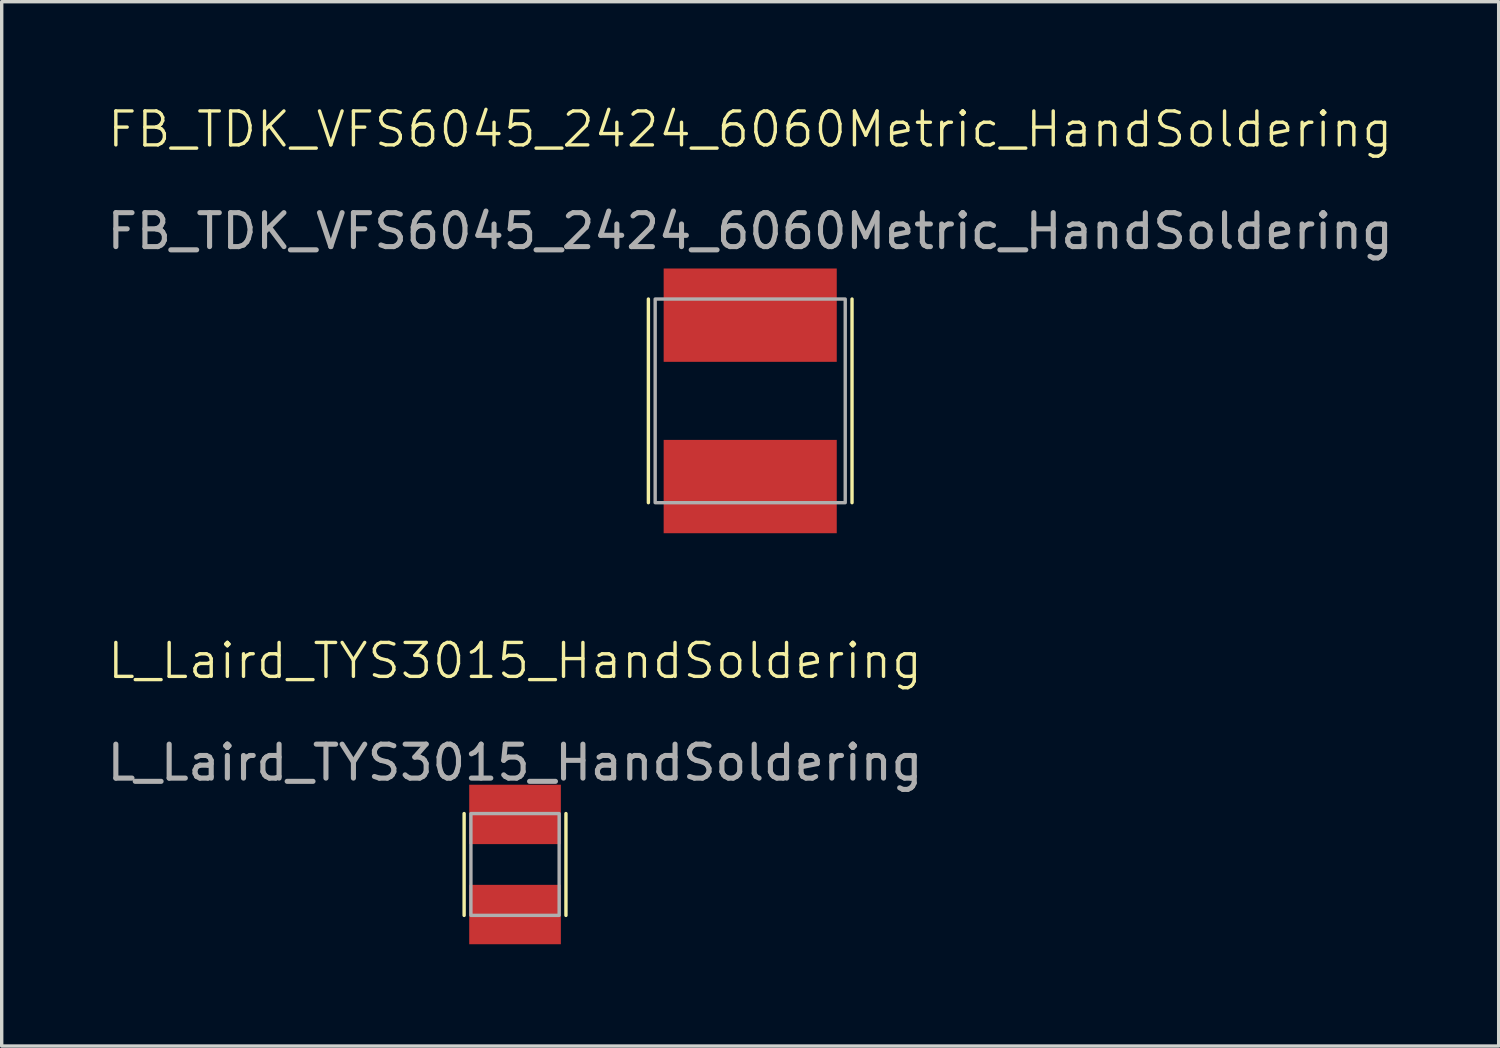
<source format=kicad_pcb>
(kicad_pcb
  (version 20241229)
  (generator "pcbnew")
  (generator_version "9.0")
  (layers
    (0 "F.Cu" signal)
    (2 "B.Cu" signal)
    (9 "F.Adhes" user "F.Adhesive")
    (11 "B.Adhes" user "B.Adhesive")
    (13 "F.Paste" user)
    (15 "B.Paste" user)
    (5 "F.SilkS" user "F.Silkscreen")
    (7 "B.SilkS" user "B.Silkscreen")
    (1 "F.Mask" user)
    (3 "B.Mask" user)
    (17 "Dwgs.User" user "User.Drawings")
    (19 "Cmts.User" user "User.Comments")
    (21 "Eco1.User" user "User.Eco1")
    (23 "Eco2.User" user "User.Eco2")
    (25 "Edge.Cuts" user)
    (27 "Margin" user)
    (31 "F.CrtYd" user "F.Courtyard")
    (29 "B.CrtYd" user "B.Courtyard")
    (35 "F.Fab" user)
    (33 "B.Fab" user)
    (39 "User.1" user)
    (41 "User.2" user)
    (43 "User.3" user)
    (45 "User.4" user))
  (footprint "L_Laird_TYS3015_HandSoldering"
    (layer "F.Cu")
    (at 12.125 22.421)
    (property "Reference" "L_Laird_TYS3015_HandSoldering" (at 0 -6 0) (unlocked yes) (layer "F.SilkS") (effects (font (size 1 1) (thickness 0.1))))
    (attr smd)
    (fp_line (start -1.5 -1.5) (end -1.5 1.5) (stroke (width 0.1) (type default)) (layer "F.SilkS"))
    (fp_line (start 1.5 -1.5) (end 1.5 1.5) (stroke (width 0.1) (type default)) (layer "F.SilkS"))
    (fp_rect (start -1.3 -1.5) (end 1.3 1.5) (stroke (width 0.1) (type default)) (fill no) (layer "F.Fab"))
    (fp_text user "${REFERENCE}" (at 0 -3 0) (unlocked yes) (layer "F.Fab") (effects (font (size 1 1) (thickness 0.15))))
    (pad "1" smd rect (at 0 -1.475) (size 2.7 1.75) (layers "F.Cu" "F.Mask" "F.Paste"))
    (pad "2" smd rect (at 0 1.475) (size 2.7 1.75) (layers "F.Cu" "F.Mask" "F.Paste")))
  (footprint "FB_TDK_VFS6045_2424_6060Metric_HandSoldering"
    (layer "F.Cu")
    (at 19.054 8.761)
    (property "Reference" "FB_TDK_VFS6045_2424_6060Metric_HandSoldering" (at 0 -8 0) (unlocked yes) (layer "F.SilkS") (effects (font (size 1 1) (thickness 0.1))))
    (attr smd)
    (fp_line (start -3 -3) (end -3 3) (stroke (width 0.1) (type default)) (layer "F.SilkS"))
    (fp_line (start 3 -3) (end 3 3) (stroke (width 0.1) (type default)) (layer "F.SilkS"))
    (fp_rect (start -2.8 -3) (end 2.8 3) (stroke (width 0.1) (type default)) (fill no) (layer "F.Fab"))
    (fp_text user "${REFERENCE}" (at 0 -5 0) (unlocked yes) (layer "F.Fab") (effects (font (size 1 1) (thickness 0.15))))
    (pad "1" smd rect (at 0 -2.525) (size 5.1 2.75) (layers "F.Cu" "F.Mask" "F.Paste"))
    (pad "2" smd rect (at 0 2.525) (size 5.1 2.75) (layers "F.Cu" "F.Mask" "F.Paste")))
  (gr_rect
    (start -3 -3)
    (end 41.107 27.771)
    (stroke (width 0.1) (type default))
    (fill no)
    (layer "Edge.Cuts")))
</source>
